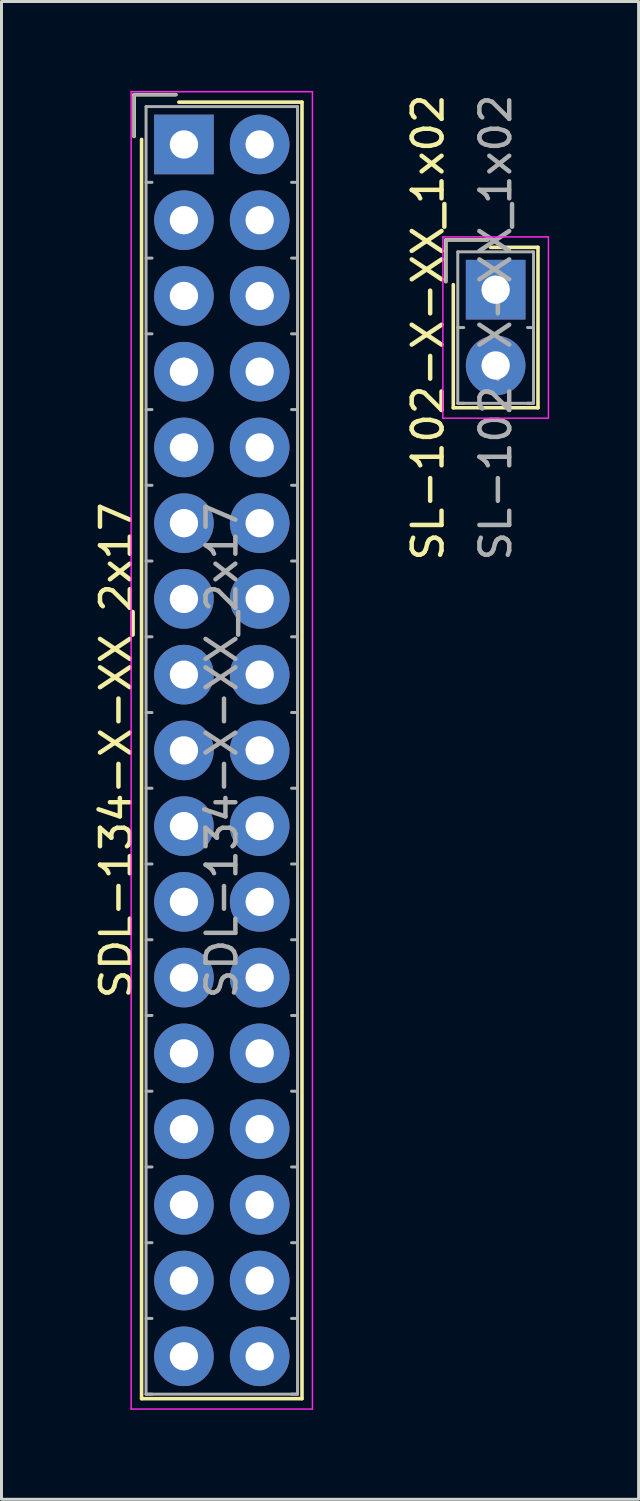
<source format=kicad_pcb>
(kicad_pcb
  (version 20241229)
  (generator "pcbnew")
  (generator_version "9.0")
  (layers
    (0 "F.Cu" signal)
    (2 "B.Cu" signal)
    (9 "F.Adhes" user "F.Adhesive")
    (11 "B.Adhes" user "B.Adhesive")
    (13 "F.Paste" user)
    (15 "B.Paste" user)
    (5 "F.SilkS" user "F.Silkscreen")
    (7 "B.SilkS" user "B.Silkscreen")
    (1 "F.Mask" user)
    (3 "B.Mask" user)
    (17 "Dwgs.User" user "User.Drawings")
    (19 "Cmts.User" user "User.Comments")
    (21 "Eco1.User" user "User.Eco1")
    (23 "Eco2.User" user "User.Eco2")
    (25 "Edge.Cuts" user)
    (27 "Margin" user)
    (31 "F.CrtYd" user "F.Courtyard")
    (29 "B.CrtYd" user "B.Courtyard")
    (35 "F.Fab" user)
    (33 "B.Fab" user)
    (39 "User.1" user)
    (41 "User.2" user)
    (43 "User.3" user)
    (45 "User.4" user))
  (footprint "SL-102-X-XX_1x02"
    (layer "F.Cu")
    (at 13.572 6.665)
    (property "Reference" "SL-102-X-XX_1x02" (at -2.27 1.27 90) (layer "F.SilkS") (effects (font (size 1 1) (thickness 0.15))))
    (attr through_hole)
    (fp_line (start -1.67 -1.67) (end -1.67 -0.27) (stroke (width 0.12) (type solid)) (layer "F.SilkS"))
    (fp_line (start -1.42 3.96) (end -1.42 -0.17) (stroke (width 0.12) (type solid)) (layer "F.SilkS"))
    (fp_line (start -0.27 -1.67) (end -1.67 -1.67) (stroke (width 0.12) (type solid)) (layer "F.SilkS"))
    (fp_line (start -0.17 -1.42) (end 1.42 -1.42) (stroke (width 0.12) (type solid)) (layer "F.SilkS"))
    (fp_line (start 1.42 -1.42) (end 1.42 3.96) (stroke (width 0.12) (type solid)) (layer "F.SilkS"))
    (fp_line (start 1.42 3.96) (end -1.42 3.96) (stroke (width 0.12) (type solid)) (layer "F.SilkS"))
    (fp_line (start -1.77 -1.77) (end -1.77 4.31) (stroke (width 0.05) (type solid)) (layer "F.CrtYd"))
    (fp_line (start -1.77 4.31) (end 1.77 4.31) (stroke (width 0.05) (type solid)) (layer "F.CrtYd"))
    (fp_line (start 1.77 -1.77) (end -1.77 -1.77) (stroke (width 0.05) (type solid)) (layer "F.CrtYd"))
    (fp_line (start 1.77 4.31) (end 1.77 -1.77) (stroke (width 0.05) (type solid)) (layer "F.CrtYd"))
    (fp_line (start -1.67 -1.67) (end -1.67 -0.27) (stroke (width 0.1) (type solid)) (layer "F.Fab"))
    (fp_line (start -1.27 -1.27) (end -1.27 3.81) (stroke (width 0.1) (type solid)) (layer "F.Fab"))
    (fp_line (start -1.27 1.27) (end -1.07 1.27) (stroke (width 0.1) (type solid)) (layer "F.Fab"))
    (fp_line (start -1.27 3.81) (end -1.07 3.81) (stroke (width 0.1) (type solid)) (layer "F.Fab"))
    (fp_line (start -1.27 3.81) (end 1.27 3.81) (stroke (width 0.1) (type solid)) (layer "F.Fab"))
    (fp_line (start -0.27 -1.67) (end -1.67 -1.67) (stroke (width 0.1) (type solid)) (layer "F.Fab"))
    (fp_line (start 1.27 -1.27) (end -1.27 -1.27) (stroke (width 0.1) (type solid)) (layer "F.Fab"))
    (fp_line (start 1.27 1.27) (end 1.07 1.27) (stroke (width 0.1) (type solid)) (layer "F.Fab"))
    (fp_line (start 1.27 3.81) (end 1.07 3.81) (stroke (width 0.1) (type solid)) (layer "F.Fab"))
    (fp_line (start 1.27 3.81) (end 1.27 -1.27) (stroke (width 0.1) (type solid)) (layer "F.Fab"))
    (fp_text user "${REFERENCE}" (at 0 1.27 90) (layer "F.Fab") (effects (font (size 1 1) (thickness 0.15))))
    (pad "1" thru_hole rect (at 0 0) (size 2 2) (drill 0.95) (layers "*.Cu" "*.Mask"))
    (pad "2" thru_hole circle (at 0 2.54) (size 2 2) (drill 0.95) (layers "*.Cu" "*.Mask")))
  (footprint "SDL-134-X-XX_2x17"
    (layer "F.Cu")
    (at 3.118 1.795)
    (property "Reference" "SDL-134-X-XX_2x17" (at -2.27 20.32 90) (layer "F.SilkS") (effects (font (size 1 1) (thickness 0.15))))
    (attr through_hole)
    (fp_line (start -1.67 -1.67) (end -1.67 -0.27) (stroke (width 0.12) (type solid)) (layer "F.SilkS"))
    (fp_line (start -1.42 42.06) (end -1.42 -0.17) (stroke (width 0.12) (type solid)) (layer "F.SilkS"))
    (fp_line (start -0.27 -1.67) (end -1.67 -1.67) (stroke (width 0.12) (type solid)) (layer "F.SilkS"))
    (fp_line (start -0.17 -1.42) (end 3.96 -1.42) (stroke (width 0.12) (type solid)) (layer "F.SilkS"))
    (fp_line (start 3.96 -1.42) (end 3.96 42.06) (stroke (width 0.12) (type solid)) (layer "F.SilkS"))
    (fp_line (start 3.96 42.06) (end -1.42 42.06) (stroke (width 0.12) (type solid)) (layer "F.SilkS"))
    (fp_line (start -1.77 -1.77) (end -1.77 42.41) (stroke (width 0.05) (type solid)) (layer "F.CrtYd"))
    (fp_line (start -1.77 42.41) (end 4.31 42.41) (stroke (width 0.05) (type solid)) (layer "F.CrtYd"))
    (fp_line (start 4.31 -1.77) (end -1.77 -1.77) (stroke (width 0.05) (type solid)) (layer "F.CrtYd"))
    (fp_line (start 4.31 42.41) (end 4.31 -1.77) (stroke (width 0.05) (type solid)) (layer "F.CrtYd"))
    (fp_line (start -1.67 -1.67) (end -1.67 -0.27) (stroke (width 0.1) (type solid)) (layer "F.Fab"))
    (fp_line (start -1.27 -1.27) (end -1.27 41.91) (stroke (width 0.1) (type solid)) (layer "F.Fab"))
    (fp_line (start -1.27 1.27) (end -1.07 1.27) (stroke (width 0.1) (type solid)) (layer "F.Fab"))
    (fp_line (start -1.27 3.81) (end -1.07 3.81) (stroke (width 0.1) (type solid)) (layer "F.Fab"))
    (fp_line (start -1.27 6.35) (end -1.07 6.35) (stroke (width 0.1) (type solid)) (layer "F.Fab"))
    (fp_line (start -1.27 8.89) (end -1.07 8.89) (stroke (width 0.1) (type solid)) (layer "F.Fab"))
    (fp_line (start -1.27 11.43) (end -1.07 11.43) (stroke (width 0.1) (type solid)) (layer "F.Fab"))
    (fp_line (start -1.27 13.97) (end -1.07 13.97) (stroke (width 0.1) (type solid)) (layer "F.Fab"))
    (fp_line (start -1.27 16.51) (end -1.07 16.51) (stroke (width 0.1) (type solid)) (layer "F.Fab"))
    (fp_line (start -1.27 19.05) (end -1.07 19.05) (stroke (width 0.1) (type solid)) (layer "F.Fab"))
    (fp_line (start -1.27 21.59) (end -1.07 21.59) (stroke (width 0.1) (type solid)) (layer "F.Fab"))
    (fp_line (start -1.27 24.13) (end -1.07 24.13) (stroke (width 0.1) (type solid)) (layer "F.Fab"))
    (fp_line (start -1.27 26.67) (end -1.07 26.67) (stroke (width 0.1) (type solid)) (layer "F.Fab"))
    (fp_line (start -1.27 29.21) (end -1.07 29.21) (stroke (width 0.1) (type solid)) (layer "F.Fab"))
    (fp_line (start -1.27 31.75) (end -1.07 31.75) (stroke (width 0.1) (type solid)) (layer "F.Fab"))
    (fp_line (start -1.27 34.29) (end -1.07 34.29) (stroke (width 0.1) (type solid)) (layer "F.Fab"))
    (fp_line (start -1.27 36.83) (end -1.07 36.83) (stroke (width 0.1) (type solid)) (layer "F.Fab"))
    (fp_line (start -1.27 39.37) (end -1.07 39.37) (stroke (width 0.1) (type solid)) (layer "F.Fab"))
    (fp_line (start -1.27 41.91) (end -1.07 41.91) (stroke (width 0.1) (type solid)) (layer "F.Fab"))
    (fp_line (start -1.27 41.91) (end 3.81 41.91) (stroke (width 0.1) (type solid)) (layer "F.Fab"))
    (fp_line (start -0.27 -1.67) (end -1.67 -1.67) (stroke (width 0.1) (type solid)) (layer "F.Fab"))
    (fp_line (start 3.81 -1.27) (end -1.27 -1.27) (stroke (width 0.1) (type solid)) (layer "F.Fab"))
    (fp_line (start 3.81 1.27) (end 3.61 1.27) (stroke (width 0.1) (type solid)) (layer "F.Fab"))
    (fp_line (start 3.81 3.81) (end 3.61 3.81) (stroke (width 0.1) (type solid)) (layer "F.Fab"))
    (fp_line (start 3.81 6.35) (end 3.61 6.35) (stroke (width 0.1) (type solid)) (layer "F.Fab"))
    (fp_line (start 3.81 8.89) (end 3.61 8.89) (stroke (width 0.1) (type solid)) (layer "F.Fab"))
    (fp_line (start 3.81 11.43) (end 3.61 11.43) (stroke (width 0.1) (type solid)) (layer "F.Fab"))
    (fp_line (start 3.81 13.97) (end 3.61 13.97) (stroke (width 0.1) (type solid)) (layer "F.Fab"))
    (fp_line (start 3.81 16.51) (end 3.61 16.51) (stroke (width 0.1) (type solid)) (layer "F.Fab"))
    (fp_line (start 3.81 19.05) (end 3.61 19.05) (stroke (width 0.1) (type solid)) (layer "F.Fab"))
    (fp_line (start 3.81 21.59) (end 3.61 21.59) (stroke (width 0.1) (type solid)) (layer "F.Fab"))
    (fp_line (start 3.81 24.13) (end 3.61 24.13) (stroke (width 0.1) (type solid)) (layer "F.Fab"))
    (fp_line (start 3.81 26.67) (end 3.61 26.67) (stroke (width 0.1) (type solid)) (layer "F.Fab"))
    (fp_line (start 3.81 29.21) (end 3.61 29.21) (stroke (width 0.1) (type solid)) (layer "F.Fab"))
    (fp_line (start 3.81 31.75) (end 3.61 31.75) (stroke (width 0.1) (type solid)) (layer "F.Fab"))
    (fp_line (start 3.81 34.29) (end 3.61 34.29) (stroke (width 0.1) (type solid)) (layer "F.Fab"))
    (fp_line (start 3.81 36.83) (end 3.61 36.83) (stroke (width 0.1) (type solid)) (layer "F.Fab"))
    (fp_line (start 3.81 39.37) (end 3.61 39.37) (stroke (width 0.1) (type solid)) (layer "F.Fab"))
    (fp_line (start 3.81 41.91) (end 3.61 41.91) (stroke (width 0.1) (type solid)) (layer "F.Fab"))
    (fp_line (start 3.81 41.91) (end 3.81 -1.27) (stroke (width 0.1) (type solid)) (layer "F.Fab"))
    (fp_text user "${REFERENCE}" (at 1.27 20.32 90) (layer "F.Fab") (effects (font (size 1 1) (thickness 0.15))))
    (pad "1" thru_hole rect (at 0 0) (size 2 2) (drill 0.95) (layers "*.Cu" "*.Mask"))
    (pad "2" thru_hole circle (at 2.54 0) (size 2 2) (drill 0.95) (layers "*.Cu" "*.Mask"))
    (pad "3" thru_hole circle (at 0 2.54) (size 2 2) (drill 0.95) (layers "*.Cu" "*.Mask"))
    (pad "4" thru_hole circle (at 2.54 2.54) (size 2 2) (drill 0.95) (layers "*.Cu" "*.Mask"))
    (pad "5" thru_hole circle (at 0 5.08) (size 2 2) (drill 0.95) (layers "*.Cu" "*.Mask"))
    (pad "6" thru_hole circle (at 2.54 5.08) (size 2 2) (drill 0.95) (layers "*.Cu" "*.Mask"))
    (pad "7" thru_hole circle (at 0 7.62) (size 2 2) (drill 0.95) (layers "*.Cu" "*.Mask"))
    (pad "8" thru_hole circle (at 2.54 7.62) (size 2 2) (drill 0.95) (layers "*.Cu" "*.Mask"))
    (pad "9" thru_hole circle (at 0 10.16) (size 2 2) (drill 0.95) (layers "*.Cu" "*.Mask"))
    (pad "10" thru_hole circle (at 2.54 10.16) (size 2 2) (drill 0.95) (layers "*.Cu" "*.Mask"))
    (pad "11" thru_hole circle (at 0 12.7) (size 2 2) (drill 0.95) (layers "*.Cu" "*.Mask"))
    (pad "12" thru_hole circle (at 2.54 12.7) (size 2 2) (drill 0.95) (layers "*.Cu" "*.Mask"))
    (pad "13" thru_hole circle (at 0 15.24) (size 2 2) (drill 0.95) (layers "*.Cu" "*.Mask"))
    (pad "14" thru_hole circle (at 2.54 15.24) (size 2 2) (drill 0.95) (layers "*.Cu" "*.Mask"))
    (pad "15" thru_hole circle (at 0 17.78) (size 2 2) (drill 0.95) (layers "*.Cu" "*.Mask"))
    (pad "16" thru_hole circle (at 2.54 17.78) (size 2 2) (drill 0.95) (layers "*.Cu" "*.Mask"))
    (pad "17" thru_hole circle (at 0 20.32) (size 2 2) (drill 0.95) (layers "*.Cu" "*.Mask"))
    (pad "18" thru_hole circle (at 2.54 20.32) (size 2 2) (drill 0.95) (layers "*.Cu" "*.Mask"))
    (pad "19" thru_hole circle (at 0 22.86) (size 2 2) (drill 0.95) (layers "*.Cu" "*.Mask"))
    (pad "20" thru_hole circle (at 2.54 22.86) (size 2 2) (drill 0.95) (layers "*.Cu" "*.Mask"))
    (pad "21" thru_hole circle (at 0 25.4) (size 2 2) (drill 0.95) (layers "*.Cu" "*.Mask"))
    (pad "22" thru_hole circle (at 2.54 25.4) (size 2 2) (drill 0.95) (layers "*.Cu" "*.Mask"))
    (pad "23" thru_hole circle (at 0 27.94) (size 2 2) (drill 0.95) (layers "*.Cu" "*.Mask"))
    (pad "24" thru_hole circle (at 2.54 27.94) (size 2 2) (drill 0.95) (layers "*.Cu" "*.Mask"))
    (pad "25" thru_hole circle (at 0 30.48) (size 2 2) (drill 0.95) (layers "*.Cu" "*.Mask"))
    (pad "26" thru_hole circle (at 2.54 30.48) (size 2 2) (drill 0.95) (layers "*.Cu" "*.Mask"))
    (pad "27" thru_hole circle (at 0 33.02) (size 2 2) (drill 0.95) (layers "*.Cu" "*.Mask"))
    (pad "28" thru_hole circle (at 2.54 33.02) (size 2 2) (drill 0.95) (layers "*.Cu" "*.Mask"))
    (pad "29" thru_hole circle (at 0 35.56) (size 2 2) (drill 0.95) (layers "*.Cu" "*.Mask"))
    (pad "30" thru_hole circle (at 2.54 35.56) (size 2 2) (drill 0.95) (layers "*.Cu" "*.Mask"))
    (pad "31" thru_hole circle (at 0 38.1) (size 2 2) (drill 0.95) (layers "*.Cu" "*.Mask"))
    (pad "32" thru_hole circle (at 2.54 38.1) (size 2 2) (drill 0.95) (layers "*.Cu" "*.Mask"))
    (pad "33" thru_hole circle (at 0 40.64) (size 2 2) (drill 0.95) (layers "*.Cu" "*.Mask"))
    (pad "34" thru_hole circle (at 2.54 40.64) (size 2 2) (drill 0.95) (layers "*.Cu" "*.Mask")))
  (gr_rect
    (start -3 -3)
    (end 18.366 47.23)
    (stroke (width 0.1) (type default))
    (fill no)
    (layer "Edge.Cuts")))
</source>
